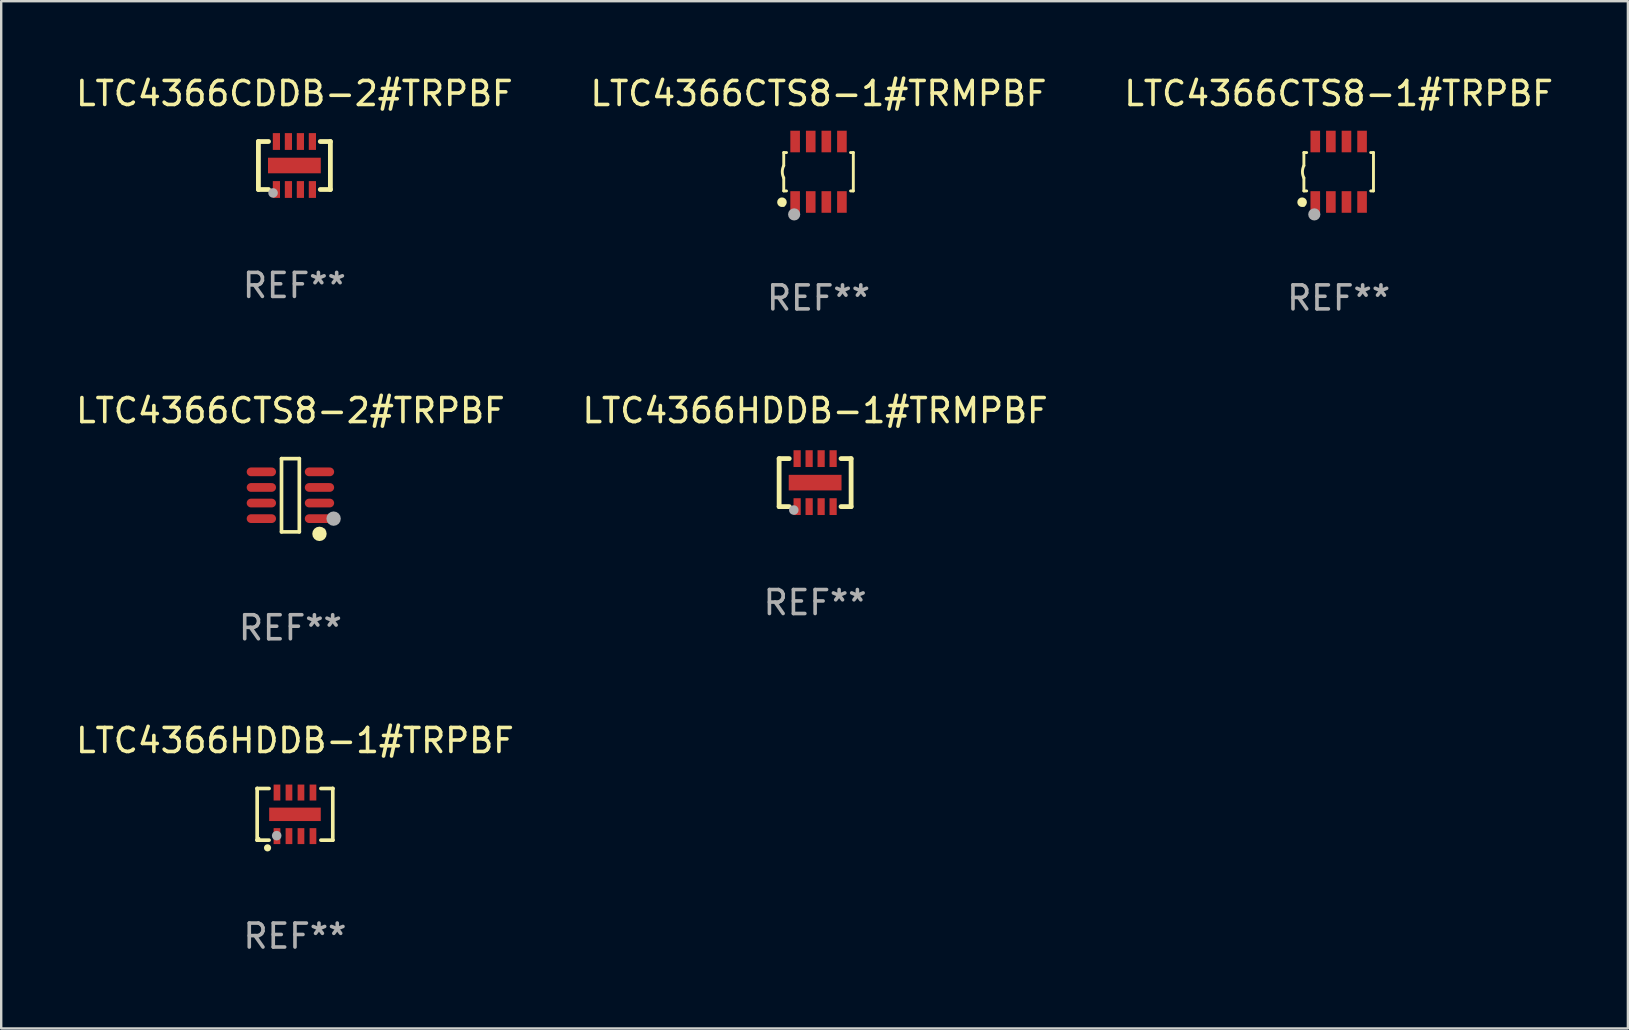
<source format=kicad_pcb>
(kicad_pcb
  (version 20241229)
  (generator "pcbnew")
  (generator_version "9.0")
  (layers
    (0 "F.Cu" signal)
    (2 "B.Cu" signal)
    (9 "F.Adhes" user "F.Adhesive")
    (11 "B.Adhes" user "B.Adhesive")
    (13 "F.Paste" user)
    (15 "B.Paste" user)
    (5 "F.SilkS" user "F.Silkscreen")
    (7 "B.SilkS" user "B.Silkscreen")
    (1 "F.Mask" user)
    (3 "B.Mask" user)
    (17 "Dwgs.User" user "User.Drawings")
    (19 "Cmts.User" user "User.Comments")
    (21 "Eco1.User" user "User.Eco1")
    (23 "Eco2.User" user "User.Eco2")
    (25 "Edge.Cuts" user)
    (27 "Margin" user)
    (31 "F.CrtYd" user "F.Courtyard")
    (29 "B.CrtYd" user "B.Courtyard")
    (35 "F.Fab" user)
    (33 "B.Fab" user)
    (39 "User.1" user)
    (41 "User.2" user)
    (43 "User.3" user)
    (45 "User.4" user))
  (footprint "LTC4366CTS8-1#TRPBF"
    (layer "F.Cu")
    (at 52.744 4.108)
    (property "Reference" "LTC4366CTS8-1#TRPBF" (at 0 -3.26 0) (layer "F.SilkS") (effects (font (size 1 1) (thickness 0.15))))
    (attr through_hole)
    (fp_line (start -1.45 -0.8) (end -1.45 -0.254) (stroke (width 0.12) (type solid)) (layer "F.SilkS"))
    (fp_line (start -1.45 -0.8) (end -1.334 -0.8) (stroke (width 0.12) (type solid)) (layer "F.SilkS"))
    (fp_line (start -1.45 0.8) (end -1.45 0.254) (stroke (width 0.12) (type solid)) (layer "F.SilkS"))
    (fp_line (start -1.45 0.8) (end -1.334 0.8) (stroke (width 0.12) (type solid)) (layer "F.SilkS"))
    (fp_line (start 1.334 -0.8) (end 1.45 -0.8) (stroke (width 0.12) (type solid)) (layer "F.SilkS"))
    (fp_line (start 1.334 0.8) (end 1.45 0.8) (stroke (width 0.12) (type solid)) (layer "F.SilkS"))
    (fp_line (start 1.45 0.8) (end 1.45 -0.8) (stroke (width 0.12) (type solid)) (layer "F.SilkS"))
    (fp_arc (start -1.45075 0.255144) (mid -1.510605 0.000434) (end -1.450013 -0.254102) (stroke (width 0.11999) (type solid)) (layer "F.SilkS"))
    (fp_circle (center -1.524 1.27) (end -1.424 1.27) (stroke (width 0.2) (type solid)) (fill no) (layer "F.SilkS"))
    (fp_circle (center -1.45 1.4) (end -1.42 1.4) (stroke (width 0.06) (type solid)) (fill no) (layer "F.SilkS"))
    (fp_circle (center -1.016 1.778) (end -0.889 1.778) (stroke (width 0.254) (type solid)) (fill no) (layer "F.Fab"))
    (fp_text user "REF**" (at 0 5.26 0) (layer "F.Fab") (effects (font (size 1 1) (thickness 0.15))))
    (pad "1" smd rect (at -0.975 1.26) (size 0.4 0.9) (layers "F.Cu" "F.Mask" "F.Paste"))
    (pad "2" smd rect (at -0.325 1.26) (size 0.4 0.9) (layers "F.Cu" "F.Mask" "F.Paste"))
    (pad "3" smd rect (at 0.325 1.26) (size 0.4 0.9) (layers "F.Cu" "F.Mask" "F.Paste"))
    (pad "4" smd rect (at 0.975 1.26) (size 0.4 0.9) (layers "F.Cu" "F.Mask" "F.Paste"))
    (pad "5" smd rect (at 0.975 -1.26) (size 0.4 0.9) (layers "F.Cu" "F.Mask" "F.Paste"))
    (pad "6" smd rect (at 0.325 -1.26) (size 0.4 0.9) (layers "F.Cu" "F.Mask" "F.Paste"))
    (pad "7" smd rect (at -0.325 -1.26) (size 0.4 0.9) (layers "F.Cu" "F.Mask" "F.Paste"))
    (pad "8" smd rect (at -0.975 -1.26) (size 0.4 0.9) (layers "F.Cu" "F.Mask" "F.Paste")))
  (footprint "LTC4366CTS8-1#TRMPBF"
    (layer "F.Cu")
    (at 31.065 4.108)
    (property "Reference" "LTC4366CTS8-1#TRMPBF" (at 0 -3.26 0) (layer "F.SilkS") (effects (font (size 1 1) (thickness 0.15))))
    (attr through_hole)
    (fp_line (start -1.45 -0.8) (end -1.45 -0.254) (stroke (width 0.12) (type solid)) (layer "F.SilkS"))
    (fp_line (start -1.45 -0.8) (end -1.334 -0.8) (stroke (width 0.12) (type solid)) (layer "F.SilkS"))
    (fp_line (start -1.45 0.8) (end -1.45 0.254) (stroke (width 0.12) (type solid)) (layer "F.SilkS"))
    (fp_line (start -1.45 0.8) (end -1.334 0.8) (stroke (width 0.12) (type solid)) (layer "F.SilkS"))
    (fp_line (start 1.334 -0.8) (end 1.45 -0.8) (stroke (width 0.12) (type solid)) (layer "F.SilkS"))
    (fp_line (start 1.334 0.8) (end 1.45 0.8) (stroke (width 0.12) (type solid)) (layer "F.SilkS"))
    (fp_line (start 1.45 0.8) (end 1.45 -0.8) (stroke (width 0.12) (type solid)) (layer "F.SilkS"))
    (fp_arc (start -1.45075 0.255144) (mid -1.510605 0.000434) (end -1.450013 -0.254102) (stroke (width 0.11999) (type solid)) (layer "F.SilkS"))
    (fp_circle (center -1.524 1.27) (end -1.424 1.27) (stroke (width 0.2) (type solid)) (fill no) (layer "F.SilkS"))
    (fp_circle (center -1.45 1.4) (end -1.42 1.4) (stroke (width 0.06) (type solid)) (fill no) (layer "F.SilkS"))
    (fp_circle (center -1.016 1.778) (end -0.889 1.778) (stroke (width 0.254) (type solid)) (fill no) (layer "F.Fab"))
    (fp_text user "REF**" (at 0 5.26 0) (layer "F.Fab") (effects (font (size 1 1) (thickness 0.15))))
    (pad "1" smd rect (at -0.975 1.26) (size 0.4 0.9) (layers "F.Cu" "F.Mask" "F.Paste"))
    (pad "2" smd rect (at -0.325 1.26) (size 0.4 0.9) (layers "F.Cu" "F.Mask" "F.Paste"))
    (pad "3" smd rect (at 0.325 1.26) (size 0.4 0.9) (layers "F.Cu" "F.Mask" "F.Paste"))
    (pad "4" smd rect (at 0.975 1.26) (size 0.4 0.9) (layers "F.Cu" "F.Mask" "F.Paste"))
    (pad "5" smd rect (at 0.975 -1.26) (size 0.4 0.9) (layers "F.Cu" "F.Mask" "F.Paste"))
    (pad "6" smd rect (at 0.325 -1.26) (size 0.4 0.9) (layers "F.Cu" "F.Mask" "F.Paste"))
    (pad "7" smd rect (at -0.325 -1.26) (size 0.4 0.9) (layers "F.Cu" "F.Mask" "F.Paste"))
    (pad "8" smd rect (at -0.975 -1.26) (size 0.4 0.9) (layers "F.Cu" "F.Mask" "F.Paste")))
  (footprint "LTC4366CDDB-2#TRPBF"
    (layer "F.Cu")
    (at 9.22 3.848)
    (property "Reference" "LTC4366CDDB-2#TRPBF" (at 0 -3 0) (layer "F.SilkS") (effects (font (size 1 1) (thickness 0.15))))
    (attr through_hole)
    (fp_line (start -1.5 1) (end -1.5 -1) (stroke (width 0.2) (type solid)) (layer "F.SilkS"))
    (fp_line (start -1.5 1) (end -1.079 1) (stroke (width 0.2) (type solid)) (layer "F.SilkS"))
    (fp_line (start -1.079 -1) (end -1.5 -1) (stroke (width 0.2) (type solid)) (layer "F.SilkS"))
    (fp_line (start 1.079 1) (end 1.5 1) (stroke (width 0.2) (type solid)) (layer "F.SilkS"))
    (fp_line (start 1.5 -1) (end 1.079 -1) (stroke (width 0.2) (type solid)) (layer "F.SilkS"))
    (fp_line (start 1.5 1) (end 1.5 -1) (stroke (width 0.2) (type solid)) (layer "F.SilkS"))
    (fp_circle (center -1.5 1) (end -1.47 1) (stroke (width 0.06) (type solid)) (fill no) (layer "F.SilkS"))
    (fp_circle (center -0.889 1.143) (end -0.789 1.143) (stroke (width 0.2) (type solid)) (fill no) (layer "F.Fab"))
    (fp_text user "REF**" (at 0 5 0) (layer "F.Fab") (effects (font (size 1 1) (thickness 0.15))))
    (pad "1" smd rect (at -0.75 1 90) (size 0.7 0.3) (layers "F.Cu" "F.Mask" "F.Paste"))
    (pad "2" smd rect (at -0.249 1 90) (size 0.7 0.3) (layers "F.Cu" "F.Mask" "F.Paste"))
    (pad "3" smd rect (at 0.25 1 90) (size 0.7 0.3) (layers "F.Cu" "F.Mask" "F.Paste"))
    (pad "4" smd rect (at 0.75 1 90) (size 0.7 0.3) (layers "F.Cu" "F.Mask" "F.Paste"))
    (pad "5" smd rect (at 0.75 -1 90) (size 0.7 0.3) (layers "F.Cu" "F.Mask" "F.Paste"))
    (pad "6" smd rect (at 0.25 -1 90) (size 0.7 0.3) (layers "F.Cu" "F.Mask" "F.Paste"))
    (pad "7" smd rect (at -0.25 -1 90) (size 0.7 0.3) (layers "F.Cu" "F.Mask" "F.Paste"))
    (pad "8" smd rect (at -0.75 -1 90) (size 0.7 0.3) (layers "F.Cu" "F.Mask" "F.Paste"))
    (pad "9" smd rect (at 0 0 180) (size 2.2 0.65) (layers "F.Cu" "F.Mask" "F.Paste")))
  (footprint "LTC4366CTS8-2#TRPBF"
    (layer "F.Cu")
    (at 9.054 17.591)
    (property "Reference" "LTC4366CTS8-2#TRPBF" (at 0 -3.526 0) (layer "F.SilkS") (effects (font (size 1 1) (thickness 0.15))))
    (attr through_hole)
    (fp_line (start -0.371 -1.526) (end 0.371 -1.526) (stroke (width 0.152) (type solid)) (layer "F.SilkS"))
    (fp_line (start -0.371 1.526) (end -0.371 -1.526) (stroke (width 0.152) (type solid)) (layer "F.SilkS"))
    (fp_line (start 0.371 -1.526) (end 0.371 1.526) (stroke (width 0.152) (type solid)) (layer "F.SilkS"))
    (fp_line (start 0.371 1.526) (end -0.371 1.526) (stroke (width 0.152) (type solid)) (layer "F.SilkS"))
    (fp_circle (center 1.211 1.609) (end 1.361 1.609) (stroke (width 0.3) (type solid)) (fill no) (layer "F.SilkS"))
    (fp_circle (center 1.4 1.45) (end 1.43 1.45) (stroke (width 0.06) (type solid)) (fill no) (layer "F.SilkS"))
    (fp_circle (center 1.8 0.975) (end 1.95 0.975) (stroke (width 0.3) (type solid)) (fill no) (layer "F.Fab"))
    (fp_text user "REF**" (at 0 5.526 0) (layer "F.Fab") (effects (font (size 1 1) (thickness 0.15))))
    (pad "1" smd oval (at 1.211 0.975) (size 1.222 0.364) (layers "F.Cu" "F.Mask" "F.Paste"))
    (pad "2" smd oval (at 1.211 0.325) (size 1.222 0.364) (layers "F.Cu" "F.Mask" "F.Paste"))
    (pad "3" smd oval (at 1.211 -0.325) (size 1.222 0.364) (layers "F.Cu" "F.Mask" "F.Paste"))
    (pad "4" smd oval (at 1.211 -0.975) (size 1.222 0.364) (layers "F.Cu" "F.Mask" "F.Paste"))
    (pad "5" smd oval (at -1.211 -0.975) (size 1.222 0.364) (layers "F.Cu" "F.Mask" "F.Paste"))
    (pad "6" smd oval (at -1.211 -0.325) (size 1.222 0.364) (layers "F.Cu" "F.Mask" "F.Paste"))
    (pad "7" smd oval (at -1.211 0.325) (size 1.222 0.364) (layers "F.Cu" "F.Mask" "F.Paste"))
    (pad "8" smd oval (at -1.211 0.975) (size 1.222 0.364) (layers "F.Cu" "F.Mask" "F.Paste")))
  (footprint "LTC4366HDDB-1#TRMPBF"
    (layer "F.Cu")
    (at 30.923 17.065)
    (property "Reference" "LTC4366HDDB-1#TRMPBF" (at 0 -3 0) (layer "F.SilkS") (effects (font (size 1 1) (thickness 0.15))))
    (attr through_hole)
    (fp_line (start -1.5 1) (end -1.5 -1) (stroke (width 0.2) (type solid)) (layer "F.SilkS"))
    (fp_line (start -1.5 1) (end -1.079 1) (stroke (width 0.2) (type solid)) (layer "F.SilkS"))
    (fp_line (start -1.079 -1) (end -1.5 -1) (stroke (width 0.2) (type solid)) (layer "F.SilkS"))
    (fp_line (start 1.079 1) (end 1.5 1) (stroke (width 0.2) (type solid)) (layer "F.SilkS"))
    (fp_line (start 1.5 -1) (end 1.079 -1) (stroke (width 0.2) (type solid)) (layer "F.SilkS"))
    (fp_line (start 1.5 1) (end 1.5 -1) (stroke (width 0.2) (type solid)) (layer "F.SilkS"))
    (fp_circle (center -1.5 1) (end -1.47 1) (stroke (width 0.06) (type solid)) (fill no) (layer "F.SilkS"))
    (fp_circle (center -0.889 1.143) (end -0.789 1.143) (stroke (width 0.2) (type solid)) (fill no) (layer "F.Fab"))
    (fp_text user "REF**" (at 0 5 0) (layer "F.Fab") (effects (font (size 1 1) (thickness 0.15))))
    (pad "1" smd rect (at -0.75 1 90) (size 0.7 0.3) (layers "F.Cu" "F.Mask" "F.Paste"))
    (pad "2" smd rect (at -0.249 1 90) (size 0.7 0.3) (layers "F.Cu" "F.Mask" "F.Paste"))
    (pad "3" smd rect (at 0.25 1 90) (size 0.7 0.3) (layers "F.Cu" "F.Mask" "F.Paste"))
    (pad "4" smd rect (at 0.75 1 90) (size 0.7 0.3) (layers "F.Cu" "F.Mask" "F.Paste"))
    (pad "5" smd rect (at 0.75 -1 90) (size 0.7 0.3) (layers "F.Cu" "F.Mask" "F.Paste"))
    (pad "6" smd rect (at 0.25 -1 90) (size 0.7 0.3) (layers "F.Cu" "F.Mask" "F.Paste"))
    (pad "7" smd rect (at -0.25 -1 90) (size 0.7 0.3) (layers "F.Cu" "F.Mask" "F.Paste"))
    (pad "8" smd rect (at -0.75 -1 90) (size 0.7 0.3) (layers "F.Cu" "F.Mask" "F.Paste"))
    (pad "9" smd rect (at 0 0 180) (size 2.2 0.65) (layers "F.Cu" "F.Mask" "F.Paste")))
  (footprint "LTC4366HDDB-1#TRPBF"
    (layer "F.Cu")
    (at 9.244 30.89)
    (property "Reference" "LTC4366HDDB-1#TRPBF" (at 0 -3.076 0) (layer "F.SilkS") (effects (font (size 1 1) (thickness 0.15))))
    (attr through_hole)
    (fp_line (start -1.576 -1.076) (end -1.576 -1.076) (stroke (width 0.152) (type solid)) (layer "F.SilkS"))
    (fp_line (start -1.576 -1.076) (end -1.08 -1.076) (stroke (width 0.152) (type solid)) (layer "F.SilkS"))
    (fp_line (start -1.576 1.076) (end -1.576 -1.076) (stroke (width 0.152) (type solid)) (layer "F.SilkS"))
    (fp_line (start -1.576 1.076) (end -1.576 1.076) (stroke (width 0.152) (type solid)) (layer "F.SilkS"))
    (fp_line (start -1.08 1.076) (end -1.576 1.076) (stroke (width 0.152) (type solid)) (layer "F.SilkS"))
    (fp_line (start 1.08 1.076) (end 1.576 1.076) (stroke (width 0.152) (type solid)) (layer "F.SilkS"))
    (fp_line (start 1.576 -1.076) (end 1.08 -1.076) (stroke (width 0.152) (type solid)) (layer "F.SilkS"))
    (fp_line (start 1.576 -1.076) (end 1.576 -1.076) (stroke (width 0.152) (type solid)) (layer "F.SilkS"))
    (fp_line (start 1.576 1.076) (end 1.576 -1.076) (stroke (width 0.152) (type solid)) (layer "F.SilkS"))
    (fp_line (start 1.576 1.076) (end 1.576 1.076) (stroke (width 0.152) (type solid)) (layer "F.SilkS"))
    (fp_circle (center -1.5 1) (end -1.47 1) (stroke (width 0.06) (type solid)) (fill no) (layer "F.SilkS"))
    (fp_circle (center -1.143 1.397) (end -1.068 1.397) (stroke (width 0.15) (type solid)) (fill no) (layer "F.SilkS"))
    (fp_circle (center -0.762 0.889) (end -0.662 0.889) (stroke (width 0.2) (type solid)) (fill no) (layer "F.Fab"))
    (fp_text user "REF**" (at 0 5.076 0) (layer "F.Fab") (effects (font (size 1 1) (thickness 0.15))))
    (pad "1" smd rect (at -0.75 0.908) (size 0.28 0.665) (layers "F.Cu" "F.Mask" "F.Paste"))
    (pad "2" smd rect (at -0.25 0.908) (size 0.28 0.665) (layers "F.Cu" "F.Mask" "F.Paste"))
    (pad "3" smd rect (at 0.25 0.908) (size 0.28 0.665) (layers "F.Cu" "F.Mask" "F.Paste"))
    (pad "4" smd rect (at 0.75 0.908) (size 0.28 0.665) (layers "F.Cu" "F.Mask" "F.Paste"))
    (pad "5" smd rect (at 0.75 -0.908) (size 0.28 0.665) (layers "F.Cu" "F.Mask" "F.Paste"))
    (pad "6" smd rect (at 0.25 -0.908) (size 0.28 0.665) (layers "F.Cu" "F.Mask" "F.Paste"))
    (pad "7" smd rect (at -0.25 -0.908) (size 0.28 0.665) (layers "F.Cu" "F.Mask" "F.Paste"))
    (pad "8" smd rect (at -0.75 -0.908) (size 0.28 0.665) (layers "F.Cu" "F.Mask" "F.Paste"))
    (pad "9" smd rect (at 0 0) (size 2.15 0.56) (layers "F.Cu" "F.Mask" "F.Paste")))
  (gr_rect
    (start -3 -3)
    (end 64.798 39.814)
    (stroke (width 0.1) (type default))
    (fill no)
    (layer "Edge.Cuts")))
</source>
